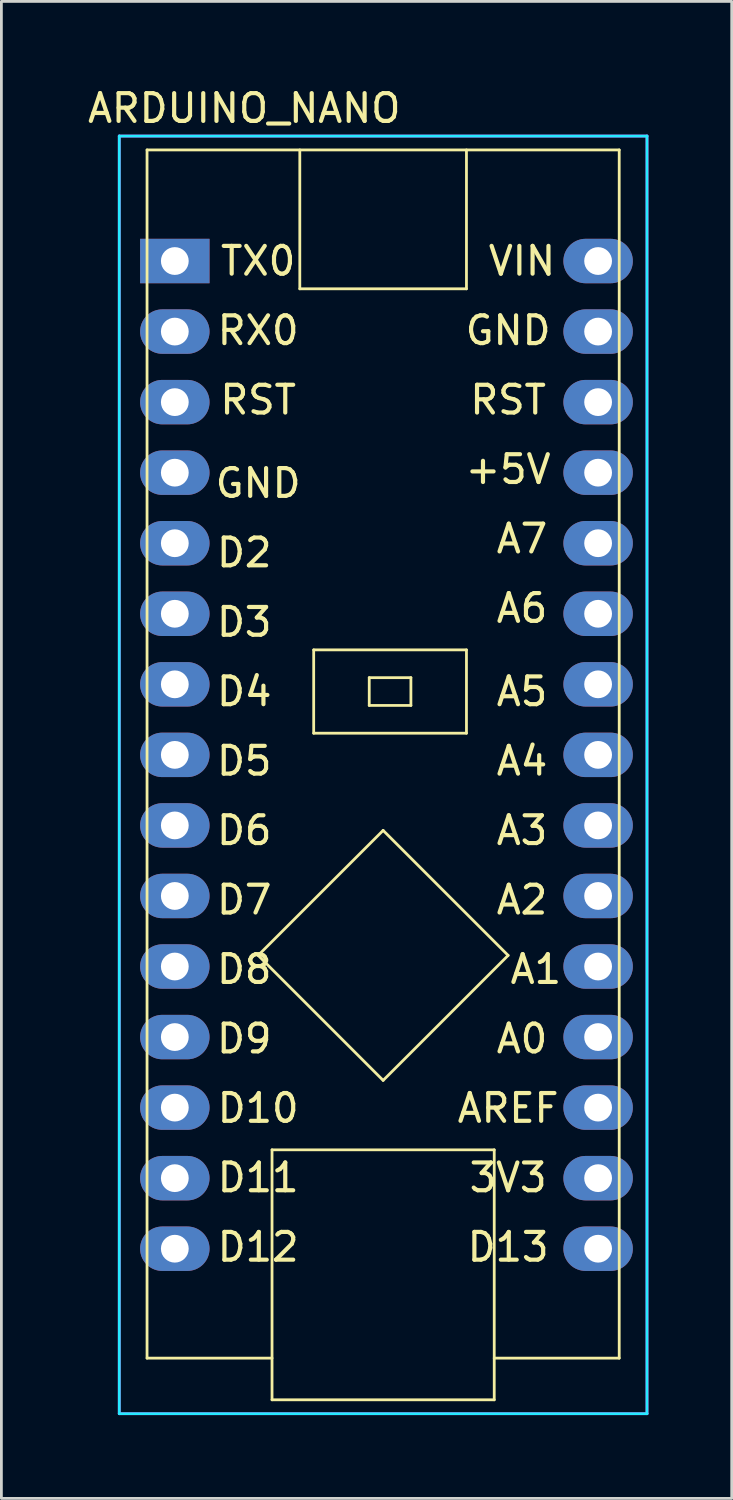
<source format=kicad_pcb>
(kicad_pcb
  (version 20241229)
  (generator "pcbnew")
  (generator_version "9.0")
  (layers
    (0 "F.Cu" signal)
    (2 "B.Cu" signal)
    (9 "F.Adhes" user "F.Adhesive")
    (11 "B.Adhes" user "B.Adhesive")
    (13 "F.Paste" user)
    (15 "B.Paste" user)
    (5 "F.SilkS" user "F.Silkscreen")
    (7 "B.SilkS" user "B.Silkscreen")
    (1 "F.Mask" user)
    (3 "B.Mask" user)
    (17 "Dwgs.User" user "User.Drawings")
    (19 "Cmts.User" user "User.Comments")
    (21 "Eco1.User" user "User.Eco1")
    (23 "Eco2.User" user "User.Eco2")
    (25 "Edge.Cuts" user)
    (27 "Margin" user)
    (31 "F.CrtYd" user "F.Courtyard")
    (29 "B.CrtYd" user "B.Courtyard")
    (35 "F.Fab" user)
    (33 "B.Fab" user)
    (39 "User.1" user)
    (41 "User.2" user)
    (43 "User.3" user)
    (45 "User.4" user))
  (footprint "ARDUINO_NANO"
    (layer "F.Cu")
    (at 3.244 6.348)
    (property "Reference" "ARDUINO_NANO" (at 2.5 -5.5 0) (layer "F.SilkS") (effects (font (size 1 1) (thickness 0.15))))
    (attr through_hole)
    (fp_line (start -1 -4) (end -1 39.5) (stroke (width 0.1) (type solid)) (layer "F.SilkS"))
    (fp_line (start -1 39.5) (end 3.5 39.5) (stroke (width 0.1) (type solid)) (layer "F.SilkS"))
    (fp_line (start 3 25) (end 7.5 20.5) (stroke (width 0.1) (type solid)) (layer "F.SilkS"))
    (fp_line (start 3.5 32) (end 3.5 41) (stroke (width 0.1) (type solid)) (layer "F.SilkS"))
    (fp_line (start 3.5 41) (end 11.5 41) (stroke (width 0.1) (type solid)) (layer "F.SilkS"))
    (fp_line (start 4.5 -4) (end 4.5 1) (stroke (width 0.1) (type solid)) (layer "F.SilkS"))
    (fp_line (start 4.5 1) (end 10.5 1) (stroke (width 0.1) (type solid)) (layer "F.SilkS"))
    (fp_line (start 5 14) (end 10.5 14) (stroke (width 0.1) (type solid)) (layer "F.SilkS"))
    (fp_line (start 5 17) (end 5 14) (stroke (width 0.1) (type solid)) (layer "F.SilkS"))
    (fp_line (start 7 15) (end 8.5 15) (stroke (width 0.1) (type solid)) (layer "F.SilkS"))
    (fp_line (start 7 16) (end 7 15) (stroke (width 0.1) (type solid)) (layer "F.SilkS"))
    (fp_line (start 7.5 20.5) (end 12 25) (stroke (width 0.1) (type solid)) (layer "F.SilkS"))
    (fp_line (start 7.5 29.5) (end 3 25) (stroke (width 0.1) (type solid)) (layer "F.SilkS"))
    (fp_line (start 8.5 15) (end 8.5 16) (stroke (width 0.1) (type solid)) (layer "F.SilkS"))
    (fp_line (start 8.5 16) (end 7 16) (stroke (width 0.1) (type solid)) (layer "F.SilkS"))
    (fp_line (start 10.5 1) (end 10.5 -4) (stroke (width 0.1) (type solid)) (layer "F.SilkS"))
    (fp_line (start 10.5 14) (end 10.5 17) (stroke (width 0.1) (type solid)) (layer "F.SilkS"))
    (fp_line (start 10.5 17) (end 5 17) (stroke (width 0.1) (type solid)) (layer "F.SilkS"))
    (fp_line (start 11.5 32) (end 3.5 32) (stroke (width 0.1) (type solid)) (layer "F.SilkS"))
    (fp_line (start 11.5 41) (end 11.5 32) (stroke (width 0.1) (type solid)) (layer "F.SilkS"))
    (fp_line (start 12 25) (end 7.5 29.5) (stroke (width 0.1) (type solid)) (layer "F.SilkS"))
    (fp_line (start 16 -4) (end -1 -4) (stroke (width 0.1) (type solid)) (layer "F.SilkS"))
    (fp_line (start 16 39.5) (end 11.5 39.5) (stroke (width 0.1) (type solid)) (layer "F.SilkS"))
    (fp_line (start 16 39.5) (end 16 -4) (stroke (width 0.1) (type solid)) (layer "F.SilkS"))
    (fp_line (start -2 -4.5) (end 17 -4.5) (stroke (width 0.1) (type solid)) (layer "B.CrtYd"))
    (fp_line (start -2 41.5) (end -2 -4.5) (stroke (width 0.1) (type solid)) (layer "B.CrtYd"))
    (fp_line (start 17 -4.5) (end 17 41.5) (stroke (width 0.1) (type solid)) (layer "B.CrtYd"))
    (fp_line (start 17 41.5) (end -2 41.5) (stroke (width 0.1) (type solid)) (layer "B.CrtYd"))
    (fp_line (start -2 -4.5) (end 17 -4.5) (stroke (width 0.1) (type solid)) (layer "F.CrtYd"))
    (fp_line (start -2 41.5) (end -2 -4.5) (stroke (width 0.1) (type solid)) (layer "F.CrtYd"))
    (fp_line (start 17 -4.5) (end 17 41.5) (stroke (width 0.1) (type solid)) (layer "F.CrtYd"))
    (fp_line (start 17 41.5) (end -2 41.5) (stroke (width 0.1) (type solid)) (layer "F.CrtYd"))
    (fp_text user "RST" (at 3 5 0) (layer "F.SilkS") (effects (font (size 1 1) (thickness 0.15))))
    (fp_text user "D11" (at 3 33 0) (layer "F.SilkS") (effects (font (size 1 1) (thickness 0.15))))
    (fp_text user "D5" (at 2.5 18 0) (layer "F.SilkS") (effects (font (size 1 1) (thickness 0.15))))
    (fp_text user "D9" (at 2.5 28 0) (layer "F.SilkS") (effects (font (size 1 1) (thickness 0.15))))
    (fp_text user "D4" (at 2.5 15.5 0) (layer "F.SilkS") (effects (font (size 1 1) (thickness 0.15))))
    (fp_text user "D2" (at 2.5 10.5 0) (layer "F.SilkS") (effects (font (size 1 1) (thickness 0.15))))
    (fp_text user "A3" (at 12.5 20.5 0) (layer "F.SilkS") (effects (font (size 1 1) (thickness 0.15))))
    (fp_text user "D6" (at 2.5 20.5 0) (layer "F.SilkS") (effects (font (size 1 1) (thickness 0.15))))
    (fp_text user "A6" (at 12.5 12.5 0) (layer "F.SilkS") (effects (font (size 1 1) (thickness 0.15))))
    (fp_text user "D8" (at 2.5 25.5 0) (layer "F.SilkS") (effects (font (size 1 1) (thickness 0.15))))
    (fp_text user "D13" (at 12 35.5 0) (layer "F.SilkS") (effects (font (size 1 1) (thickness 0.15))))
    (fp_text user "D12" (at 3 35.5 0) (layer "F.SilkS") (effects (font (size 1 1) (thickness 0.15))))
    (fp_text user "GND" (at 12 2.5 0) (layer "F.SilkS") (effects (font (size 1 1) (thickness 0.15))))
    (fp_text user "D3" (at 2.5 13 0) (layer "F.SilkS") (effects (font (size 1 1) (thickness 0.15))))
    (fp_text user "+5V" (at 12 7.5 0) (layer "F.SilkS") (effects (font (size 1 1) (thickness 0.15))))
    (fp_text user "A2" (at 12.5 23 0) (layer "F.SilkS") (effects (font (size 1 1) (thickness 0.15))))
    (fp_text user "D10" (at 3 30.5 0) (layer "F.SilkS") (effects (font (size 1 1) (thickness 0.15))))
    (fp_text user "A1" (at 13 25.5 0) (layer "F.SilkS") (effects (font (size 1 1) (thickness 0.15))))
    (fp_text user "AREF" (at 12 30.5 0) (layer "F.SilkS") (effects (font (size 1 1) (thickness 0.15))))
    (fp_text user "A5" (at 12.5 15.5 0) (layer "F.SilkS") (effects (font (size 1 1) (thickness 0.15))))
    (fp_text user "D7" (at 2.5 23 0) (layer "F.SilkS") (effects (font (size 1 1) (thickness 0.15))))
    (fp_text user "TX0" (at 3 0 0) (layer "F.SilkS") (effects (font (size 1 1) (thickness 0.15))))
    (fp_text user "A0" (at 12.5 28 0) (layer "F.SilkS") (effects (font (size 1 1) (thickness 0.15))))
    (fp_text user "RST" (at 12 5 0) (layer "F.SilkS") (effects (font (size 1 1) (thickness 0.15))))
    (fp_text user "GND" (at 3 8 0) (layer "F.SilkS") (effects (font (size 1 1) (thickness 0.15))))
    (fp_text user "A4" (at 12.5 18 0) (layer "F.SilkS") (effects (font (size 1 1) (thickness 0.15))))
    (fp_text user "RX0" (at 3 2.5 0) (layer "F.SilkS") (effects (font (size 1 1) (thickness 0.15))))
    (fp_text user "A7" (at 12.5 10 0) (layer "F.SilkS") (effects (font (size 1 1) (thickness 0.15))))
    (fp_text user "3V3" (at 12 33 0) (layer "F.SilkS") (effects (font (size 1 1) (thickness 0.15))))
    (fp_text user "VIN" (at 12.5 0 0) (layer "F.SilkS") (effects (font (size 1 1) (thickness 0.15))))
    (pad "1" thru_hole rect (at 0 0) (size 2.5 1.6) (drill 1) (layers "*.Cu" "*.Mask"))
    (pad "2" thru_hole oval (at 0 2.54) (size 2.5 1.6) (drill 1) (layers "*.Cu" "*.Mask"))
    (pad "3" thru_hole oval (at 0 5.08) (size 2.5 1.6) (drill 1) (layers "*.Cu" "*.Mask"))
    (pad "4" thru_hole oval (at 0 7.62) (size 2.5 1.6) (drill 1) (layers "*.Cu" "*.Mask"))
    (pad "5" thru_hole oval (at 0 10.16) (size 2.5 1.6) (drill 1) (layers "*.Cu" "*.Mask"))
    (pad "6" thru_hole oval (at 0 12.7) (size 2.5 1.6) (drill 1) (layers "*.Cu" "*.Mask"))
    (pad "7" thru_hole oval (at 0 15.24) (size 2.5 1.6) (drill 1) (layers "*.Cu" "*.Mask"))
    (pad "8" thru_hole oval (at 0 17.78) (size 2.5 1.6) (drill 1) (layers "*.Cu" "*.Mask"))
    (pad "9" thru_hole oval (at 0 20.32) (size 2.5 1.6) (drill 1) (layers "*.Cu" "*.Mask"))
    (pad "10" thru_hole oval (at 0 22.86) (size 2.5 1.6) (drill 1) (layers "*.Cu" "*.Mask"))
    (pad "11" thru_hole oval (at 0 25.4) (size 2.5 1.6) (drill 1) (layers "*.Cu" "*.Mask"))
    (pad "12" thru_hole oval (at 0 27.94) (size 2.5 1.6) (drill 1) (layers "*.Cu" "*.Mask"))
    (pad "13" thru_hole oval (at 0 30.48) (size 2.5 1.6) (drill 1) (layers "*.Cu" "*.Mask"))
    (pad "14" thru_hole oval (at 0 33.02) (size 2.5 1.6) (drill 1) (layers "*.Cu" "*.Mask"))
    (pad "15" thru_hole oval (at 0 35.56) (size 2.5 1.6) (drill 1) (layers "*.Cu" "*.Mask"))
    (pad "16" thru_hole oval (at 15.24 35.56) (size 2.5 1.6) (drill 1) (layers "*.Cu" "*.Mask"))
    (pad "17" thru_hole oval (at 15.24 33.02) (size 2.5 1.6) (drill 1) (layers "*.Cu" "*.Mask"))
    (pad "18" thru_hole oval (at 15.24 30.48) (size 2.5 1.6) (drill 1) (layers "*.Cu" "*.Mask"))
    (pad "19" thru_hole oval (at 15.24 27.94) (size 2.5 1.6) (drill 1) (layers "*.Cu" "*.Mask"))
    (pad "20" thru_hole oval (at 15.24 25.4) (size 2.5 1.6) (drill 1) (layers "*.Cu" "*.Mask"))
    (pad "21" thru_hole oval (at 15.24 22.86) (size 2.5 1.6) (drill 1) (layers "*.Cu" "*.Mask"))
    (pad "22" thru_hole oval (at 15.24 20.32) (size 2.5 1.6) (drill 1) (layers "*.Cu" "*.Mask"))
    (pad "23" thru_hole oval (at 15.24 17.78) (size 2.5 1.6) (drill 1) (layers "*.Cu" "*.Mask"))
    (pad "24" thru_hole oval (at 15.24 15.24) (size 2.5 1.6) (drill 1) (layers "*.Cu" "*.Mask"))
    (pad "25" thru_hole oval (at 15.24 12.7) (size 2.5 1.6) (drill 1) (layers "*.Cu" "*.Mask"))
    (pad "26" thru_hole oval (at 15.24 10.16) (size 2.5 1.6) (drill 1) (layers "*.Cu" "*.Mask"))
    (pad "27" thru_hole oval (at 15.24 7.62) (size 2.5 1.6) (drill 1) (layers "*.Cu" "*.Mask"))
    (pad "28" thru_hole oval (at 15.24 5.08) (size 2.5 1.6) (drill 1) (layers "*.Cu" "*.Mask"))
    (pad "29" thru_hole oval (at 15.24 2.54) (size 2.5 1.6) (drill 1) (layers "*.Cu" "*.Mask"))
    (pad "30" thru_hole oval (at 15.24 0) (size 2.5 1.6) (drill 1) (layers "*.Cu" "*.Mask")))
  (gr_rect
    (start -3 -3)
    (end 23.294 50.898)
    (stroke (width 0.1) (type default))
    (fill no)
    (layer "Edge.Cuts")))
</source>
